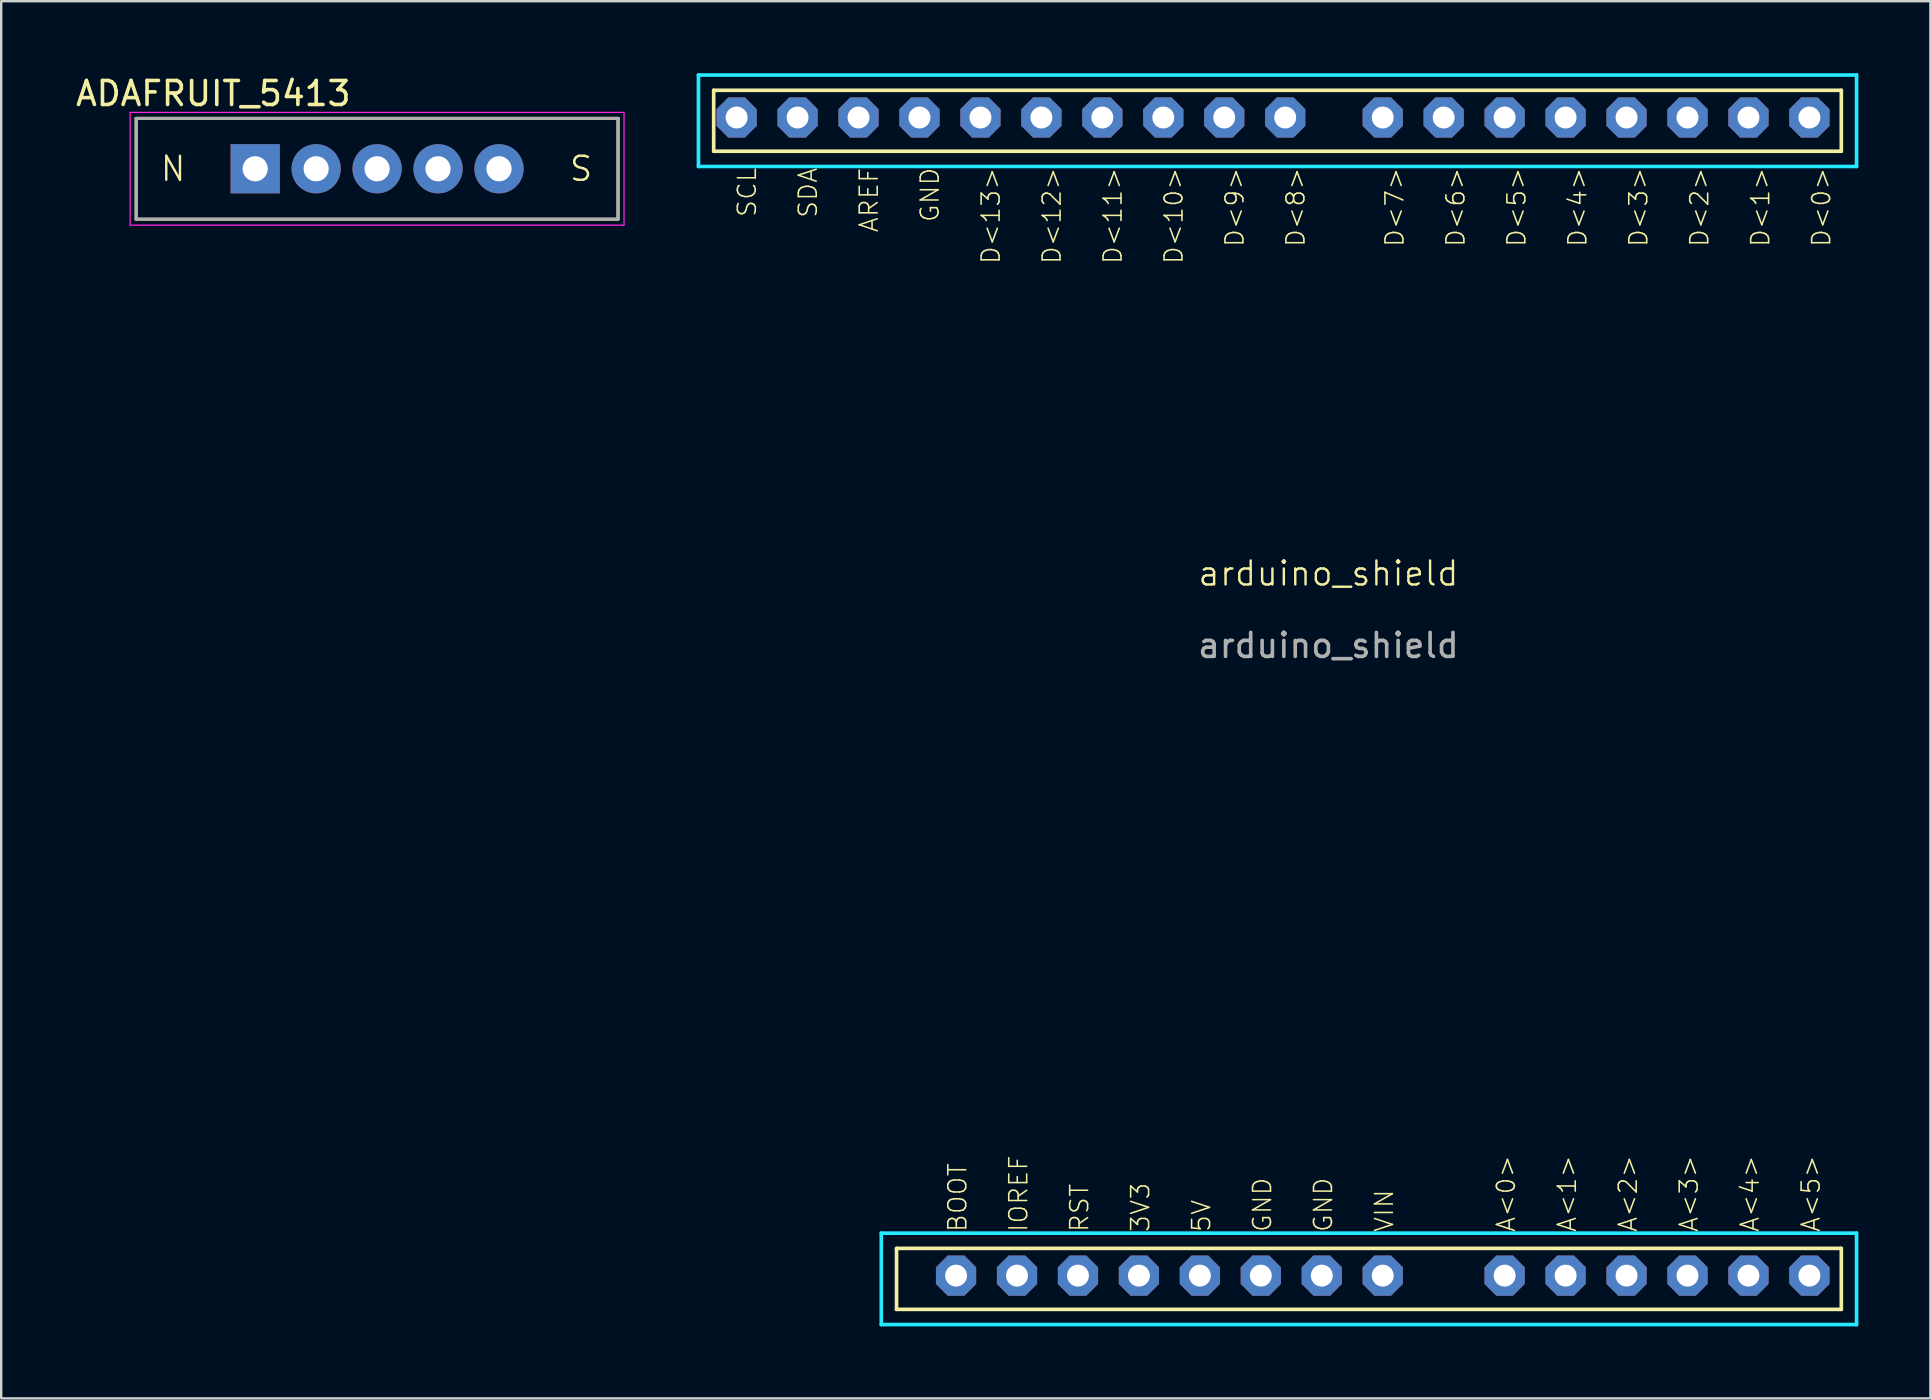
<source format=kicad_pcb>
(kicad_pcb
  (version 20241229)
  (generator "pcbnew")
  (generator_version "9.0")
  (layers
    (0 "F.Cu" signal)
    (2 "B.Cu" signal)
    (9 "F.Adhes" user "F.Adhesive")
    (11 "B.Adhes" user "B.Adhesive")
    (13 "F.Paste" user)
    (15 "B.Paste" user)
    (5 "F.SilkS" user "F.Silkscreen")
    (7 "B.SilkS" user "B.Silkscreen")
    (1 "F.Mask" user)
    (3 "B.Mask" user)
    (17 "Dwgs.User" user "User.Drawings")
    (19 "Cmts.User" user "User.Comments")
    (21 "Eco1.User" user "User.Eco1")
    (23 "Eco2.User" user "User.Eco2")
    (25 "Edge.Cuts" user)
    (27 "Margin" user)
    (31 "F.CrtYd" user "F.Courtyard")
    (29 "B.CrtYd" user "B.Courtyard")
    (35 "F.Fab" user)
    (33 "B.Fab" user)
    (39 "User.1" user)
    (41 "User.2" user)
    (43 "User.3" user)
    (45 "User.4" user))
  (footprint "ADAFRUIT_5413"
    (layer "F.Cu")
    (at 12.664 3.983)
    (property "Reference" "ADAFRUIT_5413" (at -6.825 -3.135 0) (layer "F.SilkS") (effects (font (size 1 1) (thickness 0.15))))
    (attr through_hole)
    (fp_line (start -10.04 -2.1) (end 10.04 -2.1) (stroke (width 0.127) (type solid)) (layer "F.SilkS"))
    (fp_line (start -10.04 2.1) (end -10.04 -2.1) (stroke (width 0.127) (type solid)) (layer "F.SilkS"))
    (fp_line (start 10.04 -2.1) (end 10.04 2.1) (stroke (width 0.127) (type solid)) (layer "F.SilkS"))
    (fp_line (start 10.04 2.1) (end -10.04 2.1) (stroke (width 0.127) (type solid)) (layer "F.SilkS"))
    (fp_line (start -10.29 -2.35) (end 10.29 -2.35) (stroke (width 0.05) (type solid)) (layer "F.CrtYd"))
    (fp_line (start -10.29 2.35) (end -10.29 -2.35) (stroke (width 0.05) (type solid)) (layer "F.CrtYd"))
    (fp_line (start 10.29 -2.35) (end 10.29 2.35) (stroke (width 0.05) (type solid)) (layer "F.CrtYd"))
    (fp_line (start 10.29 2.35) (end -10.29 2.35) (stroke (width 0.05) (type solid)) (layer "F.CrtYd"))
    (fp_line (start -10.04 -2.1) (end 10.04 -2.1) (stroke (width 0.127) (type solid)) (layer "F.Fab"))
    (fp_line (start -10.04 2.1) (end -10.04 -2.1) (stroke (width 0.127) (type solid)) (layer "F.Fab"))
    (fp_line (start 10.04 -2.1) (end 10.04 2.1) (stroke (width 0.127) (type solid)) (layer "F.Fab"))
    (fp_line (start 10.04 2.1) (end -10.04 2.1) (stroke (width 0.127) (type solid)) (layer "F.Fab"))
    (fp_text user "S" (at 8.5 0 0) (unlocked yes) (layer "F.SilkS") (effects (font (size 1 1) (thickness 0.1))))
    (fp_text user "N" (at -8.5 0 0) (unlocked yes) (layer "F.SilkS") (effects (font (size 1 1) (thickness 0.1))))
    (pad "1" thru_hole rect (at -5.08 0) (size 2.05 2.05) (drill 1.05) (layers "*.Cu" "*.Mask"))
    (pad "2" thru_hole circle (at -2.54 0) (size 2.05 2.05) (drill 1.05) (layers "*.Cu" "*.Mask"))
    (pad "3" thru_hole circle (at 0 0) (size 2.05 2.05) (drill 1.05) (layers "*.Cu" "*.Mask"))
    (pad "4" thru_hole circle (at 2.54 0) (size 2.05 2.05) (drill 1.05) (layers "*.Cu" "*.Mask"))
    (pad "5" thru_hole circle (at 5.08 0) (size 2.05 2.05) (drill 1.05) (layers "*.Cu" "*.Mask")))
  (footprint "arduino_shield"
    (layer "F.Cu")
    (at 52.306 22.347)
    (property "Reference" "arduino_shield" (at 0 -1.5 0) (unlocked yes) (layer "F.SilkS") (effects (font (size 1 1) (thickness 0.1))))
    (attr through_hole)
    (fp_line (start -25.616 -21.635) (end -25.616 -19.095) (stroke (width 0.152) (type solid)) (layer "F.SilkS"))
    (fp_line (start -25.616 -19.095) (end 21.374 -19.095) (stroke (width 0.152) (type solid)) (layer "F.SilkS"))
    (fp_line (start -17.996 26.625) (end -17.996 29.165) (stroke (width 0.152) (type solid)) (layer "F.SilkS"))
    (fp_line (start -17.996 29.165) (end 21.374 29.165) (stroke (width 0.152) (type solid)) (layer "F.SilkS"))
    (fp_line (start 21.374 -21.635) (end -25.616 -21.635) (stroke (width 0.152) (type solid)) (layer "F.SilkS"))
    (fp_line (start 21.374 -19.095) (end 21.374 -21.635) (stroke (width 0.152) (type solid)) (layer "F.SilkS"))
    (fp_line (start 21.374 26.625) (end -17.996 26.625) (stroke (width 0.152) (type solid)) (layer "F.SilkS"))
    (fp_line (start 21.374 29.165) (end 21.374 26.625) (stroke (width 0.152) (type solid)) (layer "F.SilkS"))
    (fp_line (start -26.251 -22.27) (end -26.251 -18.46) (stroke (width 0.152) (type solid)) (layer "B.CrtYd"))
    (fp_line (start -26.251 -18.46) (end 22.009 -18.46) (stroke (width 0.152) (type solid)) (layer "B.CrtYd"))
    (fp_line (start -18.631 25.99) (end -18.631 29.8) (stroke (width 0.152) (type solid)) (layer "B.CrtYd"))
    (fp_line (start -18.631 29.8) (end 22.009 29.8) (stroke (width 0.152) (type solid)) (layer "B.CrtYd"))
    (fp_line (start 22.009 -22.27) (end -26.251 -22.27) (stroke (width 0.152) (type solid)) (layer "B.CrtYd"))
    (fp_line (start 22.009 -18.46) (end 22.009 -22.27) (stroke (width 0.152) (type solid)) (layer "B.CrtYd"))
    (fp_line (start 22.009 25.99) (end -18.631 25.99) (stroke (width 0.152) (type solid)) (layer "B.CrtYd"))
    (fp_line (start 22.009 29.8) (end 22.009 25.99) (stroke (width 0.152) (type solid)) (layer "B.CrtYd"))
    (fp_text user "D<0>" (at 20.104 -18.46 90) (layer "F.SilkS") (effects (font (size 0.748 0.748) (thickness 0.065)) (justify right top)))
    (fp_text user "D<6>" (at 4.864 -18.46 90) (layer "F.SilkS") (effects (font (size 0.748 0.748) (thickness 0.065)) (justify right top)))
    (fp_text user "A<2>" (at 12.484 25.99 90) (layer "F.SilkS") (effects (font (size 0.748 0.748) (thickness 0.065)) (justify left)))
    (fp_text user "GND" (at -17.043 -18.46 90) (layer "F.SilkS") (effects (font (size 0.748 0.748) (thickness 0.065)) (justify right top)))
    (fp_text user "IOREF" (at -12.916 25.99 90) (layer "F.SilkS") (effects (font (size 0.748 0.748) (thickness 0.065)) (justify left)))
    (fp_text user "D<10>" (at -6.883 -18.46 90) (layer "F.SilkS") (effects (font (size 0.748 0.748) (thickness 0.065)) (justify right top)))
    (fp_text user "D<12>" (at -11.963 -18.46 90) (layer "F.SilkS") (effects (font (size 0.748 0.748) (thickness 0.065)) (justify right top)))
    (fp_text user "BOOT" (at -15.456 25.99 90) (layer "F.SilkS") (effects (font (size 0.748 0.748) (thickness 0.065)) (justify left)))
    (fp_text user "A<4>" (at 17.564 25.99 90) (layer "F.SilkS") (effects (font (size 0.748 0.748) (thickness 0.065)) (justify left)))
    (fp_text user "D<11>" (at -9.423 -18.46 90) (layer "F.SilkS") (effects (font (size 0.748 0.748) (thickness 0.065)) (justify right top)))
    (fp_text user "A<0>" (at 7.404 25.99 90) (layer "F.SilkS") (effects (font (size 0.748 0.748) (thickness 0.065)) (justify left)))
    (fp_text user "5V" (at -5.296 25.99 90) (layer "F.SilkS") (effects (font (size 0.748 0.748) (thickness 0.065)) (justify left)))
    (fp_text user "SCL" (at -24.663 -18.46 90) (layer "F.SilkS") (effects (font (size 0.748 0.748) (thickness 0.065)) (justify right top)))
    (fp_text user "D<8>" (at -1.803 -18.46 90) (layer "F.SilkS") (effects (font (size 0.748 0.748) (thickness 0.065)) (justify right top)))
    (fp_text user "3V3" (at -7.836 25.99 90) (layer "F.SilkS") (effects (font (size 0.748 0.748) (thickness 0.065)) (justify left)))
    (fp_text user "GND" (at -0.216 25.99 90) (layer "F.SilkS") (effects (font (size 0.748 0.748) (thickness 0.065)) (justify left)))
    (fp_text user "D<9>" (at -4.343 -18.46 90) (layer "F.SilkS") (effects (font (size 0.748 0.748) (thickness 0.065)) (justify right top)))
    (fp_text user "D<5>" (at 7.404 -18.46 90) (layer "F.SilkS") (effects (font (size 0.748 0.748) (thickness 0.065)) (justify right top)))
    (fp_text user "AREF" (at -19.583 -18.46 90) (layer "F.SilkS") (effects (font (size 0.748 0.748) (thickness 0.065)) (justify right top)))
    (fp_text user "D<1>" (at 17.564 -18.46 90) (layer "F.SilkS") (effects (font (size 0.748 0.748) (thickness 0.065)) (justify right top)))
    (fp_text user "D<4>" (at 9.944 -18.46 90) (layer "F.SilkS") (effects (font (size 0.748 0.748) (thickness 0.065)) (justify right top)))
    (fp_text user "SDA" (at -22.123 -18.46 90) (layer "F.SilkS") (effects (font (size 0.748 0.748) (thickness 0.065)) (justify right top)))
    (fp_text user "RST" (at -10.376 25.99 90) (layer "F.SilkS") (effects (font (size 0.748 0.748) (thickness 0.065)) (justify left)))
    (fp_text user "A<5>" (at 20.104 25.99 90) (layer "F.SilkS") (effects (font (size 0.748 0.748) (thickness 0.065)) (justify left)))
    (fp_text user "D<2>" (at 15.024 -18.46 90) (layer "F.SilkS") (effects (font (size 0.748 0.748) (thickness 0.065)) (justify right top)))
    (fp_text user "A<3>" (at 15.024 25.99 90) (layer "F.SilkS") (effects (font (size 0.748 0.748) (thickness 0.065)) (justify left)))
    (fp_text user "D<7>" (at 2.324 -18.46 90) (layer "F.SilkS") (effects (font (size 0.748 0.748) (thickness 0.065)) (justify right top)))
    (fp_text user "A<1>" (at 9.944 25.99 90) (layer "F.SilkS") (effects (font (size 0.748 0.748) (thickness 0.065)) (justify left)))
    (fp_text user "GND" (at -2.756 25.99 90) (layer "F.SilkS") (effects (font (size 0.748 0.748) (thickness 0.065)) (justify left)))
    (fp_text user "VIN" (at 2.324 25.99 90) (layer "F.SilkS") (effects (font (size 0.748 0.748) (thickness 0.065)) (justify left)))
    (fp_text user "D<13>" (at -14.503 -18.46 90) (layer "F.SilkS") (effects (font (size 0.748 0.748) (thickness 0.065)) (justify right top)))
    (fp_text user "D<3>" (at 12.484 -18.46 90) (layer "F.SilkS") (effects (font (size 0.748 0.748) (thickness 0.065)) (justify right top)))
    (fp_text user "${REFERENCE}" (at 0 1.5 0) (unlocked yes) (layer "F.Fab") (effects (font (size 1 1) (thickness 0.15))))
    (pad "3V3" thru_hole roundrect (at -7.896 27.76) (size 1.676 1.676) (drill 0.914) (layers "*.Cu" "*.Mask") (roundrect_rratio 0.25) (chamfer_ratio 0.293) (chamfer top_left top_right bottom_left bottom_right))
    (pad "5V" thru_hole roundrect (at -5.356 27.76) (size 1.676 1.676) (drill 0.914) (layers "*.Cu" "*.Mask") (roundrect_rratio 0.25) (chamfer_ratio 0.293) (chamfer top_left top_right bottom_left bottom_right))
    (pad "A0" thru_hole roundrect (at 7.344 27.76) (size 1.676 1.676) (drill 0.914) (layers "*.Cu" "*.Mask") (roundrect_rratio 0.25) (chamfer_ratio 0.293) (chamfer top_left top_right bottom_left bottom_right))
    (pad "A1" thru_hole roundrect (at 9.884 27.76) (size 1.676 1.676) (drill 0.914) (layers "*.Cu" "*.Mask") (roundrect_rratio 0.25) (chamfer_ratio 0.293) (chamfer top_left top_right bottom_left bottom_right))
    (pad "A2" thru_hole roundrect (at 12.424 27.76) (size 1.676 1.676) (drill 0.914) (layers "*.Cu" "*.Mask") (roundrect_rratio 0.25) (chamfer_ratio 0.293) (chamfer top_left top_right bottom_left bottom_right))
    (pad "A3" thru_hole roundrect (at 14.964 27.76) (size 1.676 1.676) (drill 0.914) (layers "*.Cu" "*.Mask") (roundrect_rratio 0.25) (chamfer_ratio 0.293) (chamfer top_left top_right bottom_left bottom_right))
    (pad "A4" thru_hole roundrect (at 17.504 27.76) (size 1.676 1.676) (drill 0.914) (layers "*.Cu" "*.Mask") (roundrect_rratio 0.25) (chamfer_ratio 0.293) (chamfer top_left top_right bottom_left bottom_right))
    (pad "A5" thru_hole roundrect (at 20.044 27.76) (size 1.676 1.676) (drill 0.914) (layers "*.Cu" "*.Mask") (roundrect_rratio 0.25) (chamfer_ratio 0.293) (chamfer top_left top_right bottom_left bottom_right))
    (pad "AREF" thru_hole roundrect (at -19.58 -20.5) (size 1.676 1.676) (drill 0.914) (layers "*.Cu" "*.Mask") (roundrect_rratio 0.25) (chamfer_ratio 0.293) (chamfer top_left top_right bottom_left bottom_right))
    (pad "BOOT" thru_hole roundrect (at -15.516 27.76) (size 1.676 1.676) (drill 0.914) (layers "*.Cu" "*.Mask") (roundrect_rratio 0.25) (chamfer_ratio 0.293) (chamfer top_left top_right bottom_left bottom_right))
    (pad "D0" thru_hole roundrect (at 20.044 -20.5) (size 1.676 1.676) (drill 0.914) (layers "*.Cu" "*.Mask") (roundrect_rratio 0.25) (chamfer_ratio 0.293) (chamfer top_left top_right bottom_left bottom_right))
    (pad "D1" thru_hole roundrect (at 17.504 -20.5) (size 1.676 1.676) (drill 0.914) (layers "*.Cu" "*.Mask") (roundrect_rratio 0.25) (chamfer_ratio 0.293) (chamfer top_left top_right bottom_left bottom_right))
    (pad "D2" thru_hole roundrect (at 14.964 -20.5) (size 1.676 1.676) (drill 0.914) (layers "*.Cu" "*.Mask") (roundrect_rratio 0.25) (chamfer_ratio 0.293) (chamfer top_left top_right bottom_left bottom_right))
    (pad "D3" thru_hole roundrect (at 12.424 -20.5) (size 1.676 1.676) (drill 0.914) (layers "*.Cu" "*.Mask") (roundrect_rratio 0.25) (chamfer_ratio 0.293) (chamfer top_left top_right bottom_left bottom_right))
    (pad "D4" thru_hole roundrect (at 9.884 -20.5) (size 1.676 1.676) (drill 0.914) (layers "*.Cu" "*.Mask") (roundrect_rratio 0.25) (chamfer_ratio 0.293) (chamfer top_left top_right bottom_left bottom_right))
    (pad "D5" thru_hole roundrect (at 7.344 -20.5) (size 1.676 1.676) (drill 0.914) (layers "*.Cu" "*.Mask") (roundrect_rratio 0.25) (chamfer_ratio 0.293) (chamfer top_left top_right bottom_left bottom_right))
    (pad "D6" thru_hole roundrect (at 4.804 -20.5) (size 1.676 1.676) (drill 0.914) (layers "*.Cu" "*.Mask") (roundrect_rratio 0.25) (chamfer_ratio 0.293) (chamfer top_left top_right bottom_left bottom_right))
    (pad "D7" thru_hole roundrect (at 2.264 -20.5) (size 1.676 1.676) (drill 0.914) (layers "*.Cu" "*.Mask") (roundrect_rratio 0.25) (chamfer_ratio 0.293) (chamfer top_left top_right bottom_left bottom_right))
    (pad "D8" thru_hole roundrect (at -1.8 -20.5) (size 1.676 1.676) (drill 0.914) (layers "*.Cu" "*.Mask") (roundrect_rratio 0.25) (chamfer_ratio 0.293) (chamfer top_left top_right bottom_left bottom_right))
    (pad "D9" thru_hole roundrect (at -4.34 -20.5) (size 1.676 1.676) (drill 0.914) (layers "*.Cu" "*.Mask") (roundrect_rratio 0.25) (chamfer_ratio 0.293) (chamfer top_left top_right bottom_left bottom_right))
    (pad "D10" thru_hole roundrect (at -6.88 -20.5) (size 1.676 1.676) (drill 0.914) (layers "*.Cu" "*.Mask") (roundrect_rratio 0.25) (chamfer_ratio 0.293) (chamfer top_left top_right bottom_left bottom_right))
    (pad "D11" thru_hole roundrect (at -9.42 -20.5) (size 1.676 1.676) (drill 0.914) (layers "*.Cu" "*.Mask") (roundrect_rratio 0.25) (chamfer_ratio 0.293) (chamfer top_left top_right bottom_left bottom_right))
    (pad "D12" thru_hole roundrect (at -11.96 -20.5) (size 1.676 1.676) (drill 0.914) (layers "*.Cu" "*.Mask") (roundrect_rratio 0.25) (chamfer_ratio 0.293) (chamfer top_left top_right bottom_left bottom_right))
    (pad "D13" thru_hole roundrect (at -14.5 -20.5) (size 1.676 1.676) (drill 0.914) (layers "*.Cu" "*.Mask") (roundrect_rratio 0.25) (chamfer_ratio 0.293) (chamfer top_left top_right bottom_left bottom_right))
    (pad "G0" thru_hole roundrect (at -2.816 27.76) (size 1.676 1.676) (drill 0.914) (layers "*.Cu" "*.Mask") (roundrect_rratio 0.25) (chamfer_ratio 0.293) (chamfer top_left top_right bottom_left bottom_right))
    (pad "G1" thru_hole roundrect (at -0.276 27.76) (size 1.676 1.676) (drill 0.914) (layers "*.Cu" "*.Mask") (roundrect_rratio 0.25) (chamfer_ratio 0.293) (chamfer top_left top_right bottom_left bottom_right))
    (pad "G2" thru_hole roundrect (at -17.04 -20.5) (size 1.676 1.676) (drill 0.914) (layers "*.Cu" "*.Mask") (roundrect_rratio 0.25) (chamfer_ratio 0.293) (chamfer top_left top_right bottom_left bottom_right))
    (pad "IOREF" thru_hole roundrect (at -12.976 27.76) (size 1.676 1.676) (drill 0.914) (layers "*.Cu" "*.Mask") (roundrect_rratio 0.25) (chamfer_ratio 0.293) (chamfer top_left top_right bottom_left bottom_right))
    (pad "RST" thru_hole roundrect (at -10.436 27.76) (size 1.676 1.676) (drill 0.914) (layers "*.Cu" "*.Mask") (roundrect_rratio 0.25) (chamfer_ratio 0.293) (chamfer top_left top_right bottom_left bottom_right))
    (pad "SCL" thru_hole roundrect (at -24.66 -20.5) (size 1.676 1.676) (drill 0.914) (layers "*.Cu" "*.Mask") (roundrect_rratio 0.25) (chamfer_ratio 0.293) (chamfer top_left top_right bottom_left bottom_right))
    (pad "SDA" thru_hole roundrect (at -22.12 -20.5) (size 1.676 1.676) (drill 0.914) (layers "*.Cu" "*.Mask") (roundrect_rratio 0.25) (chamfer_ratio 0.293) (chamfer top_left top_right bottom_left bottom_right))
    (pad "VIN" thru_hole roundrect (at 2.264 27.76) (size 1.676 1.676) (drill 0.914) (layers "*.Cu" "*.Mask") (roundrect_rratio 0.25) (chamfer_ratio 0.293) (chamfer top_left top_right bottom_left bottom_right)))
  (gr_rect
    (start -3 -3)
    (end 77.392 55.222)
    (stroke (width 0.1) (type default))
    (fill no)
    (layer "Edge.Cuts")))
</source>
